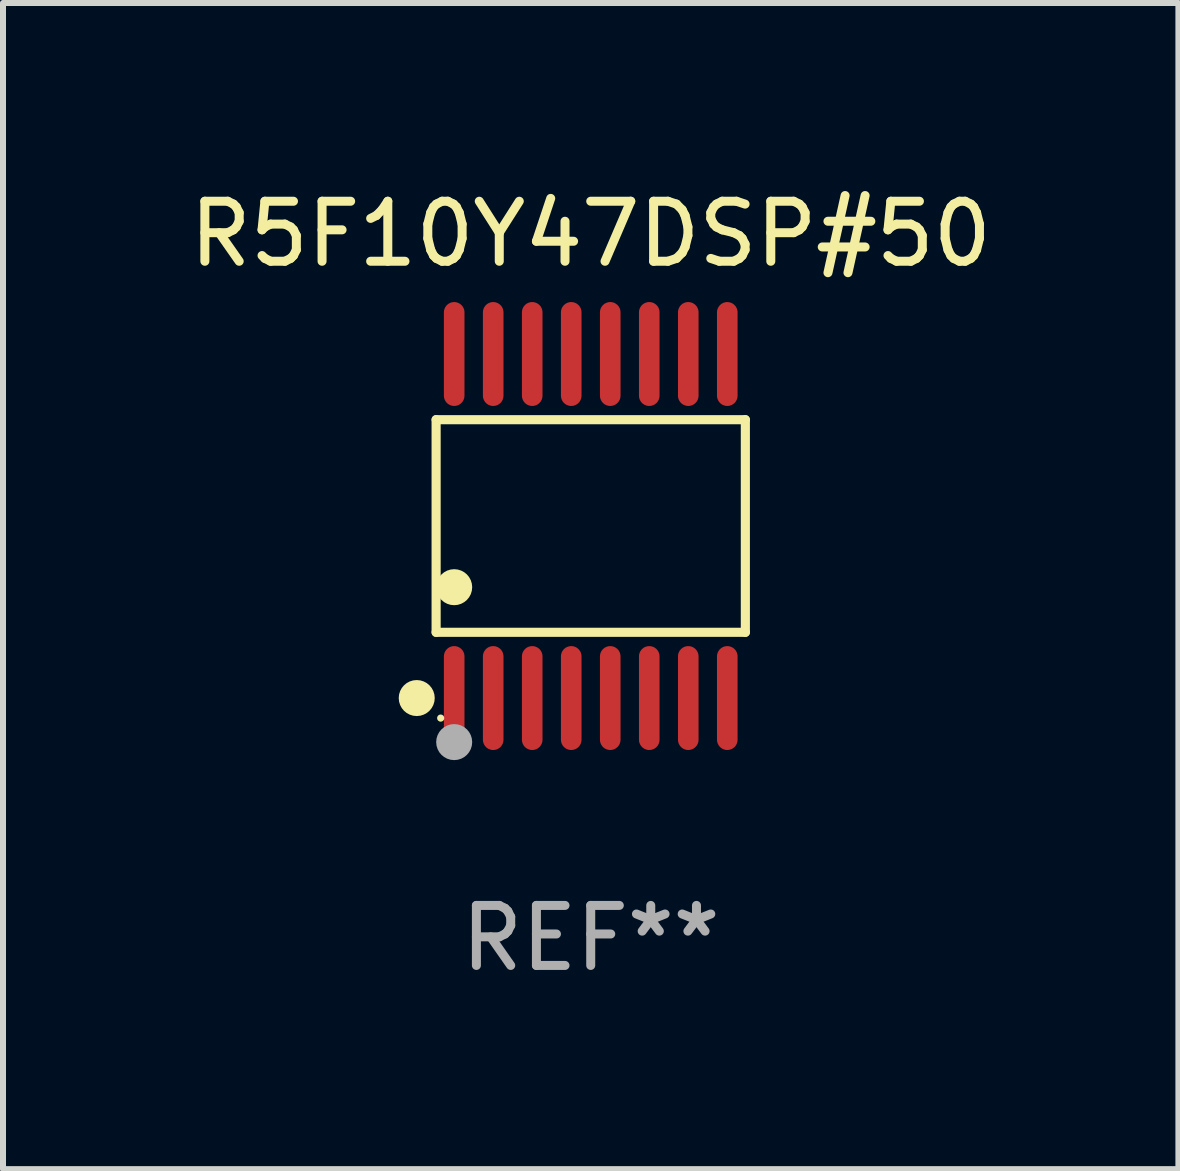
<source format=kicad_pcb>
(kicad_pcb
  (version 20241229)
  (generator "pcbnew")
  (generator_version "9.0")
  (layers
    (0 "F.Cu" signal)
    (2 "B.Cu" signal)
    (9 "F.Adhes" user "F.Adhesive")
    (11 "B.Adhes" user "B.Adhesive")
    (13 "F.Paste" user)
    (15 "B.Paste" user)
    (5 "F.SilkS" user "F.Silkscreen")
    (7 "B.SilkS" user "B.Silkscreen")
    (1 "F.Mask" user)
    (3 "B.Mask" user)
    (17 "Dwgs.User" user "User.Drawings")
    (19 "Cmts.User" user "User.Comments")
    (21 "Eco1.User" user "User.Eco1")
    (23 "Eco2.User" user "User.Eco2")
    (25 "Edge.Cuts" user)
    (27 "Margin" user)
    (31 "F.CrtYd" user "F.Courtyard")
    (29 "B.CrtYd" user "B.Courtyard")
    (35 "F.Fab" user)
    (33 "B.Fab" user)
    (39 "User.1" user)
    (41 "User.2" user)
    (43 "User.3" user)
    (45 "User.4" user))
  (footprint "R5F10Y47DSP#50"
    (layer "F.Cu")
    (at 6.792 5.714)
    (property "Reference" "R5F10Y47DSP#50" (at 0 -4.866 0) (layer "F.SilkS") (effects (font (size 1 1) (thickness 0.15))))
    (attr through_hole)
    (fp_line (start -2.576 -1.772) (end 2.576 -1.772) (stroke (width 0.152) (type solid)) (layer "F.SilkS"))
    (fp_line (start -2.576 1.771) (end -2.576 -1.772) (stroke (width 0.152) (type solid)) (layer "F.SilkS"))
    (fp_line (start 2.576 -1.772) (end 2.576 1.771) (stroke (width 0.152) (type solid)) (layer "F.SilkS"))
    (fp_line (start 2.576 1.771) (end -2.576 1.771) (stroke (width 0.152) (type solid)) (layer "F.SilkS"))
    (fp_circle (center -2.899 2.866) (end -2.749 2.866) (stroke (width 0.3) (type solid)) (fill no) (layer "F.SilkS"))
    (fp_circle (center -2.5 3.2) (end -2.47 3.2) (stroke (width 0.06) (type solid)) (fill no) (layer "F.SilkS"))
    (fp_circle (center -2.275 1.019) (end -2.125 1.019) (stroke (width 0.3) (type solid)) (fill no) (layer "F.SilkS"))
    (fp_circle (center -2.275 3.6) (end -2.125 3.6) (stroke (width 0.3) (type solid)) (fill no) (layer "F.Fab"))
    (fp_text user "REF**" (at 0 6.866 0) (layer "F.Fab") (effects (font (size 1 1) (thickness 0.15))))
    (pad "1" smd oval (at -2.275 2.866) (size 0.343 1.731) (layers "F.Cu" "F.Mask" "F.Paste"))
    (pad "2" smd oval (at -1.625 2.866) (size 0.343 1.731) (layers "F.Cu" "F.Mask" "F.Paste"))
    (pad "3" smd oval (at -0.975 2.866) (size 0.343 1.731) (layers "F.Cu" "F.Mask" "F.Paste"))
    (pad "4" smd oval (at -0.325 2.866) (size 0.343 1.731) (layers "F.Cu" "F.Mask" "F.Paste"))
    (pad "5" smd oval (at 0.325 2.866) (size 0.343 1.731) (layers "F.Cu" "F.Mask" "F.Paste"))
    (pad "6" smd oval (at 0.975 2.866) (size 0.343 1.731) (layers "F.Cu" "F.Mask" "F.Paste"))
    (pad "7" smd oval (at 1.625 2.866) (size 0.343 1.731) (layers "F.Cu" "F.Mask" "F.Paste"))
    (pad "8" smd oval (at 2.275 2.866) (size 0.343 1.731) (layers "F.Cu" "F.Mask" "F.Paste"))
    (pad "9" smd oval (at 2.275 -2.866) (size 0.343 1.731) (layers "F.Cu" "F.Mask" "F.Paste"))
    (pad "10" smd oval (at 1.625 -2.866) (size 0.343 1.731) (layers "F.Cu" "F.Mask" "F.Paste"))
    (pad "11" smd oval (at 0.975 -2.866) (size 0.343 1.731) (layers "F.Cu" "F.Mask" "F.Paste"))
    (pad "12" smd oval (at 0.325 -2.866) (size 0.343 1.731) (layers "F.Cu" "F.Mask" "F.Paste"))
    (pad "13" smd oval (at -0.325 -2.866) (size 0.343 1.731) (layers "F.Cu" "F.Mask" "F.Paste"))
    (pad "14" smd oval (at -0.975 -2.866) (size 0.343 1.731) (layers "F.Cu" "F.Mask" "F.Paste"))
    (pad "15" smd oval (at -1.625 -2.866) (size 0.343 1.731) (layers "F.Cu" "F.Mask" "F.Paste"))
    (pad "16" smd oval (at -2.275 -2.866) (size 0.343 1.731) (layers "F.Cu" "F.Mask" "F.Paste")))
  (gr_rect
    (start -3 -3)
    (end 16.583 16.428)
    (stroke (width 0.1) (type default))
    (fill no)
    (layer "Edge.Cuts")))
</source>
